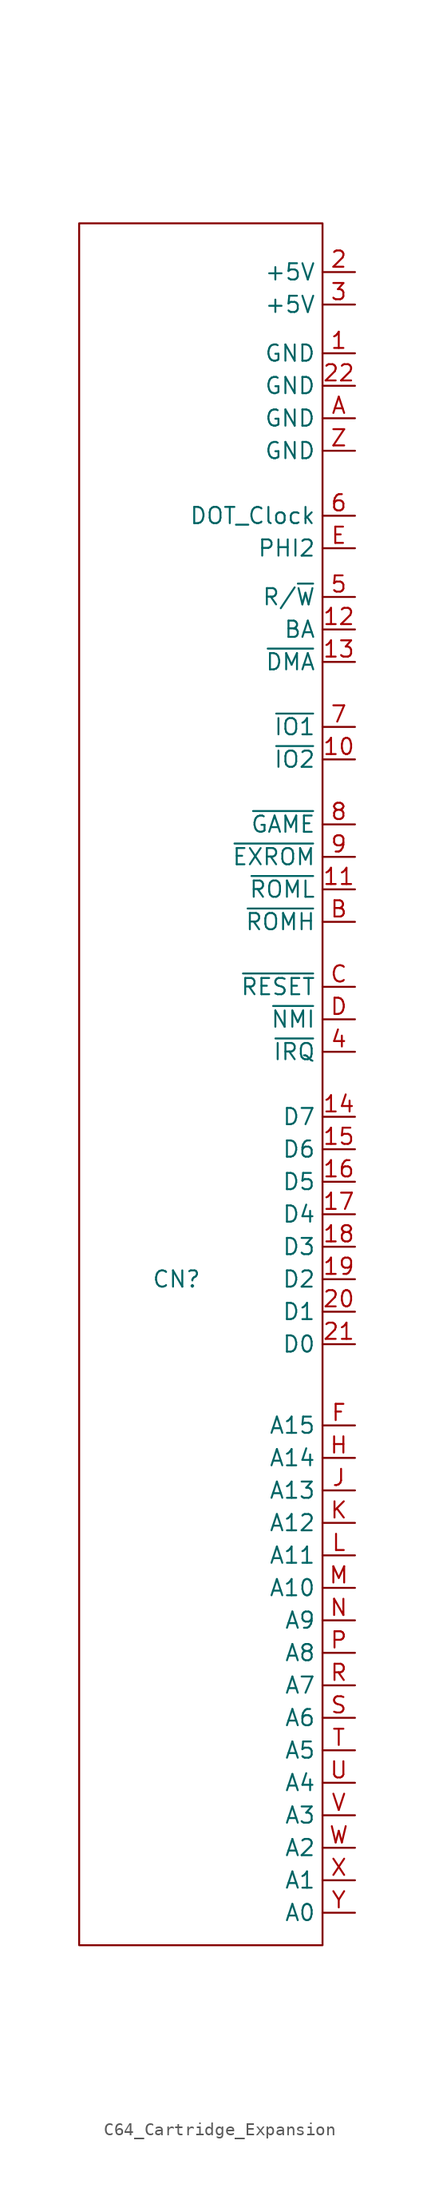
<source format=kicad_sym>
(kicad_symbol_lib
  (version 20231120)
  (generator "kicad_symbol_editor")
  (generator_version "8.0")
  (symbol "C64_Cartridge_Expansion"
    (property "Reference" "CN"
      (at -2.54 0 0)
      (effects (font (size 1.27 1.27))))
    (property "Value" ""
      (at 0 0 0)
      (effects (font (size 1.27 1.27))))
    (symbol "C64_Cartridge_Expansion_0_1"
      (rectangle (start -10.16 82.55) (end 8.89 -52.07) (stroke (width 0) (type default)) (fill (type none))))
    (symbol "C64_Cartridge_Expansion_1_1"
      (pin power_in line (at 11.43 72.39 180) (length 2.54) (name "GND" (effects (font (size 1.27 1.27)))) (number "1" (effects (font (size 1.27 1.27)))))
      (pin output line (at 11.43 40.64 180) (length 2.54) (name "~{IO2}" (effects (font (size 1.27 1.27)))) (number "10" (effects (font (size 1.27 1.27)))))
      (pin output line (at 11.43 30.48 180) (length 2.54) (name "~{ROML}" (effects (font (size 1.27 1.27)))) (number "11" (effects (font (size 1.27 1.27)))))
      (pin output line (at 11.43 50.8 180) (length 2.54) (name "BA" (effects (font (size 1.27 1.27)))) (number "12" (effects (font (size 1.27 1.27)))))
      (pin input line (at 11.43 48.26 180) (length 2.54) (name "~{DMA}" (effects (font (size 1.27 1.27)))) (number "13" (effects (font (size 1.27 1.27)))))
      (pin bidirectional line (at 11.43 12.7 180) (length 2.54) (name "D7" (effects (font (size 1.27 1.27)))) (number "14" (effects (font (size 1.27 1.27)))))
      (pin bidirectional line (at 11.43 10.16 180) (length 2.54) (name "D6" (effects (font (size 1.27 1.27)))) (number "15" (effects (font (size 1.27 1.27)))))
      (pin bidirectional line (at 11.43 7.62 180) (length 2.54) (name "D5" (effects (font (size 1.27 1.27)))) (number "16" (effects (font (size 1.27 1.27)))))
      (pin bidirectional line (at 11.43 5.08 180) (length 2.54) (name "D4" (effects (font (size 1.27 1.27)))) (number "17" (effects (font (size 1.27 1.27)))))
      (pin bidirectional line (at 11.43 2.54 180) (length 2.54) (name "D3" (effects (font (size 1.27 1.27)))) (number "18" (effects (font (size 1.27 1.27)))))
      (pin bidirectional line (at 11.43 0 180) (length 2.54) (name "D2" (effects (font (size 1.27 1.27)))) (number "19" (effects (font (size 1.27 1.27)))))
      (pin power_in line (at 11.43 78.74 180) (length 2.54) (name "+5V" (effects (font (size 1.27 1.27)))) (number "2" (effects (font (size 1.27 1.27)))))
      (pin bidirectional line (at 11.43 -2.54 180) (length 2.54) (name "D1" (effects (font (size 1.27 1.27)))) (number "20" (effects (font (size 1.27 1.27)))))
      (pin bidirectional line (at 11.43 -5.08 180) (length 2.54) (name "D0" (effects (font (size 1.27 1.27)))) (number "21" (effects (font (size 1.27 1.27)))))
      (pin power_in line (at 11.43 69.85 180) (length 2.54) (name "GND" (effects (font (size 1.27 1.27)))) (number "22" (effects (font (size 1.27 1.27)))))
      (pin power_in line (at 11.43 76.2 180) (length 2.54) (name "+5V" (effects (font (size 1.27 1.27)))) (number "3" (effects (font (size 1.27 1.27)))))
      (pin input line (at 11.43 17.78 180) (length 2.54) (name "~{IRQ}" (effects (font (size 1.27 1.27)))) (number "4" (effects (font (size 1.27 1.27)))))
      (pin output line (at 11.43 53.34 180) (length 2.54) (name "R/~{W}" (effects (font (size 1.27 1.27)))) (number "5" (effects (font (size 1.27 1.27)))))
      (pin output line (at 11.43 59.69 180) (length 2.54) (name "DOT_Clock" (effects (font (size 1.27 1.27)))) (number "6" (effects (font (size 1.27 1.27)))))
      (pin output line (at 11.43 43.18 180) (length 2.54) (name "~{IO1}" (effects (font (size 1.27 1.27)))) (number "7" (effects (font (size 1.27 1.27)))))
      (pin input line (at 11.43 35.56 180) (length 2.54) (name "~{GAME}" (effects (font (size 1.27 1.27)))) (number "8" (effects (font (size 1.27 1.27)))))
      (pin input line (at 11.43 33.02 180) (length 2.54) (name "~{EXROM}" (effects (font (size 1.27 1.27)))) (number "9" (effects (font (size 1.27 1.27)))))
      (pin power_in line (at 11.43 67.31 180) (length 2.54) (name "GND" (effects (font (size 1.27 1.27)))) (number "A" (effects (font (size 1.27 1.27)))))
      (pin output line (at 11.43 27.94 180) (length 2.54) (name "~{ROMH}" (effects (font (size 1.27 1.27)))) (number "B" (effects (font (size 1.27 1.27)))))
      (pin input line (at 11.43 22.86 180) (length 2.54) (name "~{RESET}" (effects (font (size 1.27 1.27)))) (number "C" (effects (font (size 1.27 1.27)))))
      (pin input line (at 11.43 20.32 180) (length 2.54) (name "~{NMI}" (effects (font (size 1.27 1.27)))) (number "D" (effects (font (size 1.27 1.27)))))
      (pin output line (at 11.43 57.15 180) (length 2.54) (name "PHI2" (effects (font (size 1.27 1.27)))) (number "E" (effects (font (size 1.27 1.27)))))
      (pin output line (at 11.43 -11.43 180) (length 2.54) (name "A15" (effects (font (size 1.27 1.27)))) (number "F" (effects (font (size 1.27 1.27)))))
      (pin output line (at 11.43 -13.97 180) (length 2.54) (name "A14" (effects (font (size 1.27 1.27)))) (number "H" (effects (font (size 1.27 1.27)))))
      (pin output line (at 11.43 -16.51 180) (length 2.54) (name "A13" (effects (font (size 1.27 1.27)))) (number "J" (effects (font (size 1.27 1.27)))))
      (pin output line (at 11.43 -19.05 180) (length 2.54) (name "A12" (effects (font (size 1.27 1.27)))) (number "K" (effects (font (size 1.27 1.27)))))
      (pin output line (at 11.43 -21.59 180) (length 2.54) (name "A11" (effects (font (size 1.27 1.27)))) (number "L" (effects (font (size 1.27 1.27)))))
      (pin output line (at 11.43 -24.13 180) (length 2.54) (name "A10" (effects (font (size 1.27 1.27)))) (number "M" (effects (font (size 1.27 1.27)))))
      (pin output line (at 11.43 -26.67 180) (length 2.54) (name "A9" (effects (font (size 1.27 1.27)))) (number "N" (effects (font (size 1.27 1.27)))))
      (pin output line (at 11.43 -29.21 180) (length 2.54) (name "A8" (effects (font (size 1.27 1.27)))) (number "P" (effects (font (size 1.27 1.27)))))
      (pin output line (at 11.43 -31.75 180) (length 2.54) (name "A7" (effects (font (size 1.27 1.27)))) (number "R" (effects (font (size 1.27 1.27)))))
      (pin output line (at 11.43 -34.29 180) (length 2.54) (name "A6" (effects (font (size 1.27 1.27)))) (number "S" (effects (font (size 1.27 1.27)))))
      (pin output line (at 11.43 -36.83 180) (length 2.54) (name "A5" (effects (font (size 1.27 1.27)))) (number "T" (effects (font (size 1.27 1.27)))))
      (pin output line (at 11.43 -39.37 180) (length 2.54) (name "A4" (effects (font (size 1.27 1.27)))) (number "U" (effects (font (size 1.27 1.27)))))
      (pin output line (at 11.43 -41.91 180) (length 2.54) (name "A3" (effects (font (size 1.27 1.27)))) (number "V" (effects (font (size 1.27 1.27)))))
      (pin output line (at 11.43 -44.45 180) (length 2.54) (name "A2" (effects (font (size 1.27 1.27)))) (number "W" (effects (font (size 1.27 1.27)))))
      (pin output line (at 11.43 -46.99 180) (length 2.54) (name "A1" (effects (font (size 1.27 1.27)))) (number "X" (effects (font (size 1.27 1.27)))))
      (pin output line (at 11.43 -49.53 180) (length 2.54) (name "A0" (effects (font (size 1.27 1.27)))) (number "Y" (effects (font (size 1.27 1.27)))))
      (pin power_in line (at 11.43 64.77 180) (length 2.54) (name "GND" (effects (font (size 1.27 1.27)))) (number "Z" (effects (font (size 1.27 1.27))))))))
</source>
